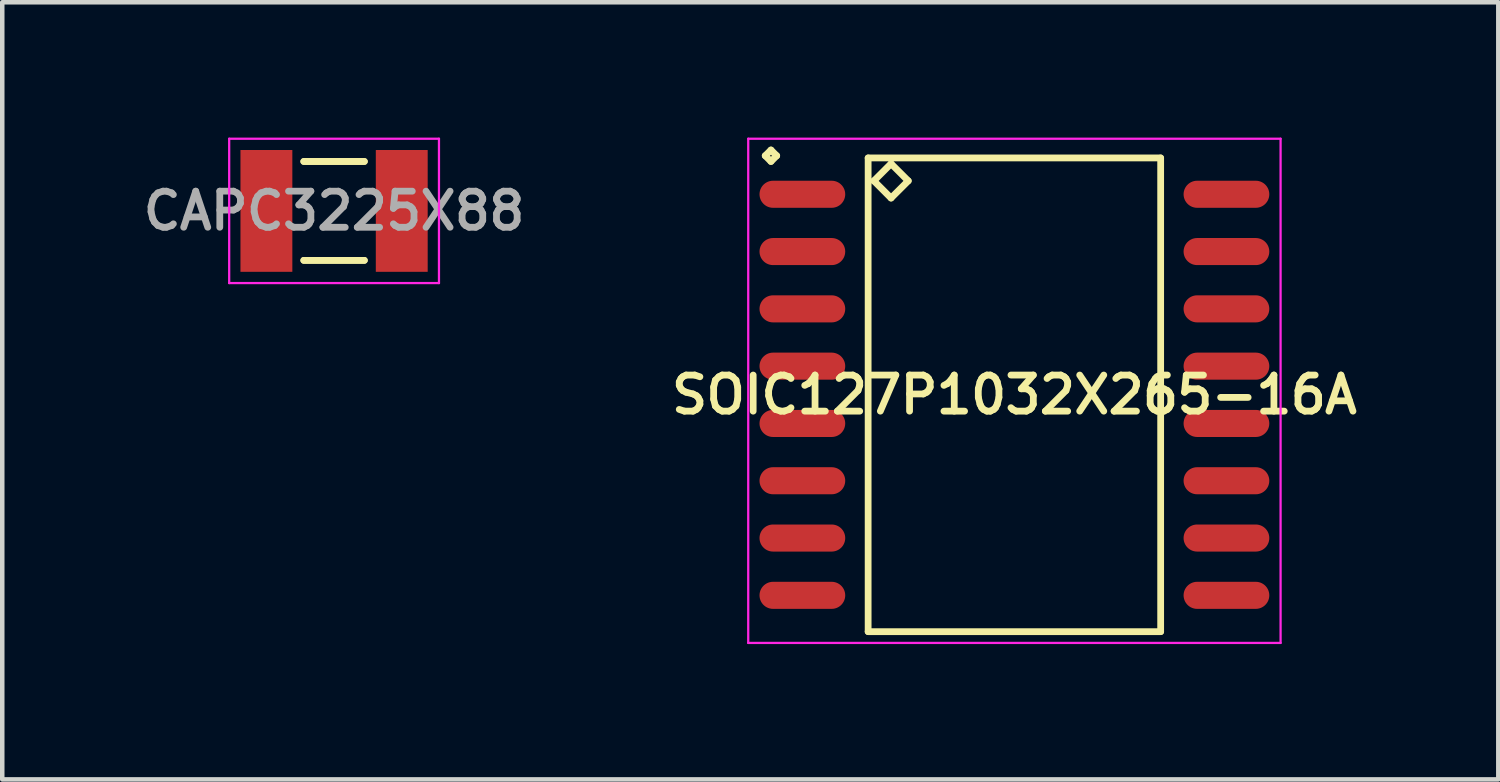
<source format=kicad_pcb>
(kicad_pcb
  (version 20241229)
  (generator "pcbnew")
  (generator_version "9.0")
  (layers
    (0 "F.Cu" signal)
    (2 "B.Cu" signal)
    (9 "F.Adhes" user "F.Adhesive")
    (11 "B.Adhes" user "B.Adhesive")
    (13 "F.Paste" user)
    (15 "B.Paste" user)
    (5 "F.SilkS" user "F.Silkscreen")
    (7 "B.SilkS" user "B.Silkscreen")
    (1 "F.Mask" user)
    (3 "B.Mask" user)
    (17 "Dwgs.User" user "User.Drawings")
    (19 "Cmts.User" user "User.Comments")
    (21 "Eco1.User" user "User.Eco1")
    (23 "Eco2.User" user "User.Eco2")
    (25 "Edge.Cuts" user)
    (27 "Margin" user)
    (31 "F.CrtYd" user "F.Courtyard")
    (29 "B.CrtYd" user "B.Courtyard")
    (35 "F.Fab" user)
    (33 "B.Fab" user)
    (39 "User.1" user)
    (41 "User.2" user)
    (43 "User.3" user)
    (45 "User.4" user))
  (footprint "SOIC127P1032X265-16A"
    (layer "F.Cu")
    (at 19.435 5.701)
    (property "Reference" "SOIC127P1032X265-16A" (at 0 0 0) (layer "F.SilkS") (effects (font (size 0.8 0.8) (thickness 0.15))))
    (attr smd)
    (fp_line (start -5.523 -5.299) (end -5.396 -5.426) (stroke (width 0.15) (type solid)) (layer "F.SilkS"))
    (fp_line (start -5.396 -5.426) (end -5.269 -5.299) (stroke (width 0.15) (type solid)) (layer "F.SilkS"))
    (fp_line (start -5.396 -5.172) (end -5.523 -5.299) (stroke (width 0.15) (type solid)) (layer "F.SilkS"))
    (fp_line (start -5.269 -5.299) (end -5.396 -5.172) (stroke (width 0.15) (type solid)) (layer "F.SilkS"))
    (fp_line (start -3.242 -5.25) (end -3.242 5.25) (stroke (width 0.15) (type solid)) (layer "F.SilkS"))
    (fp_line (start -3.242 5.25) (end 3.242 5.25) (stroke (width 0.15) (type solid)) (layer "F.SilkS"))
    (fp_line (start -3.115 -4.742) (end -2.734 -5.123) (stroke (width 0.15) (type solid)) (layer "F.SilkS"))
    (fp_line (start -2.734 -5.123) (end -2.353 -4.742) (stroke (width 0.15) (type solid)) (layer "F.SilkS"))
    (fp_line (start -2.734 -4.361) (end -3.115 -4.742) (stroke (width 0.15) (type solid)) (layer "F.SilkS"))
    (fp_line (start -2.353 -4.742) (end -2.734 -4.361) (stroke (width 0.15) (type solid)) (layer "F.SilkS"))
    (fp_line (start 3.242 -5.25) (end -3.242 -5.25) (stroke (width 0.15) (type solid)) (layer "F.SilkS"))
    (fp_line (start 3.242 5.25) (end 3.242 -5.25) (stroke (width 0.15) (type solid)) (layer "F.SilkS"))
    (fp_line (start -5.9 -5.676) (end 5.9 -5.676) (stroke (width 0.05) (type solid)) (layer "F.CrtYd"))
    (fp_line (start -5.9 5.5) (end -5.9 -5.676) (stroke (width 0.05) (type solid)) (layer "F.CrtYd"))
    (fp_line (start 5.9 -5.676) (end 5.9 5.5) (stroke (width 0.05) (type solid)) (layer "F.CrtYd"))
    (fp_line (start 5.9 5.5) (end -5.9 5.5) (stroke (width 0.05) (type solid)) (layer "F.CrtYd"))
    (pad "1" smd oval (at -4.7 -4.445) (size 1.9 0.6) (layers "F.Cu" "F.Mask" "F.Paste"))
    (pad "2" smd oval (at -4.7 -3.175) (size 1.9 0.6) (layers "F.Cu" "F.Mask" "F.Paste"))
    (pad "3" smd oval (at -4.7 -1.905) (size 1.9 0.6) (layers "F.Cu" "F.Mask" "F.Paste"))
    (pad "4" smd oval (at -4.7 -0.635) (size 1.9 0.6) (layers "F.Cu" "F.Mask" "F.Paste"))
    (pad "5" smd oval (at -4.7 0.635) (size 1.9 0.6) (layers "F.Cu" "F.Mask" "F.Paste"))
    (pad "6" smd oval (at -4.7 1.905) (size 1.9 0.6) (layers "F.Cu" "F.Mask" "F.Paste"))
    (pad "7" smd oval (at -4.7 3.175) (size 1.9 0.6) (layers "F.Cu" "F.Mask" "F.Paste"))
    (pad "8" smd oval (at -4.7 4.445) (size 1.9 0.6) (layers "F.Cu" "F.Mask" "F.Paste"))
    (pad "9" smd oval (at 4.7 4.445) (size 1.9 0.6) (layers "F.Cu" "F.Mask" "F.Paste"))
    (pad "10" smd oval (at 4.7 3.175) (size 1.9 0.6) (layers "F.Cu" "F.Mask" "F.Paste"))
    (pad "11" smd oval (at 4.7 1.905) (size 1.9 0.6) (layers "F.Cu" "F.Mask" "F.Paste"))
    (pad "12" smd oval (at 4.7 0.635) (size 1.9 0.6) (layers "F.Cu" "F.Mask" "F.Paste"))
    (pad "13" smd oval (at 4.7 -0.635) (size 1.9 0.6) (layers "F.Cu" "F.Mask" "F.Paste"))
    (pad "14" smd oval (at 4.7 -1.905) (size 1.9 0.6) (layers "F.Cu" "F.Mask" "F.Paste"))
    (pad "15" smd oval (at 4.7 -3.175) (size 1.9 0.6) (layers "F.Cu" "F.Mask" "F.Paste"))
    (pad "16" smd oval (at 4.7 -4.445) (size 1.9 0.6) (layers "F.Cu" "F.Mask" "F.Paste")))
  (footprint "CAPC3225X88"
    (layer "F.Cu")
    (at 4.355 1.625)
    (property "Reference" "CAPC3225X88" (at 0 0 0) (layer "F.Fab") (effects (font (size 0.8 0.8) (thickness 0.15))))
    (attr smd)
    (fp_line (start -0.671 -1.096) (end 0.671 -1.096) (stroke (width 0.15) (type solid)) (layer "F.SilkS"))
    (fp_line (start -0.671 1.096) (end 0.671 1.096) (stroke (width 0.15) (type solid)) (layer "F.SilkS"))
    (fp_line (start 0.671 -1.096) (end -0.671 -1.096) (stroke (width 0.15) (type solid)) (layer "F.SilkS"))
    (fp_line (start 0.671 1.096) (end -0.671 1.096) (stroke (width 0.15) (type solid)) (layer "F.SilkS"))
    (fp_line (start -2.325 -1.6) (end 2.325 -1.6) (stroke (width 0.05) (type solid)) (layer "F.CrtYd"))
    (fp_line (start -2.325 1.6) (end -2.325 -1.6) (stroke (width 0.05) (type solid)) (layer "F.CrtYd"))
    (fp_line (start 2.325 -1.6) (end 2.325 1.6) (stroke (width 0.05) (type solid)) (layer "F.CrtYd"))
    (fp_line (start 2.325 1.6) (end -2.325 1.6) (stroke (width 0.05) (type solid)) (layer "F.CrtYd"))
    (pad "1" smd rect (at -1.5 0) (size 1.15 2.7) (layers "F.Cu" "F.Mask" "F.Paste"))
    (pad "2" smd rect (at 1.5 0) (size 1.15 2.7) (layers "F.Cu" "F.Mask" "F.Paste")))
  (gr_rect
    (start -3 -3)
    (end 30.161 14.226)
    (stroke (width 0.1) (type default))
    (fill no)
    (layer "Edge.Cuts")))
</source>
